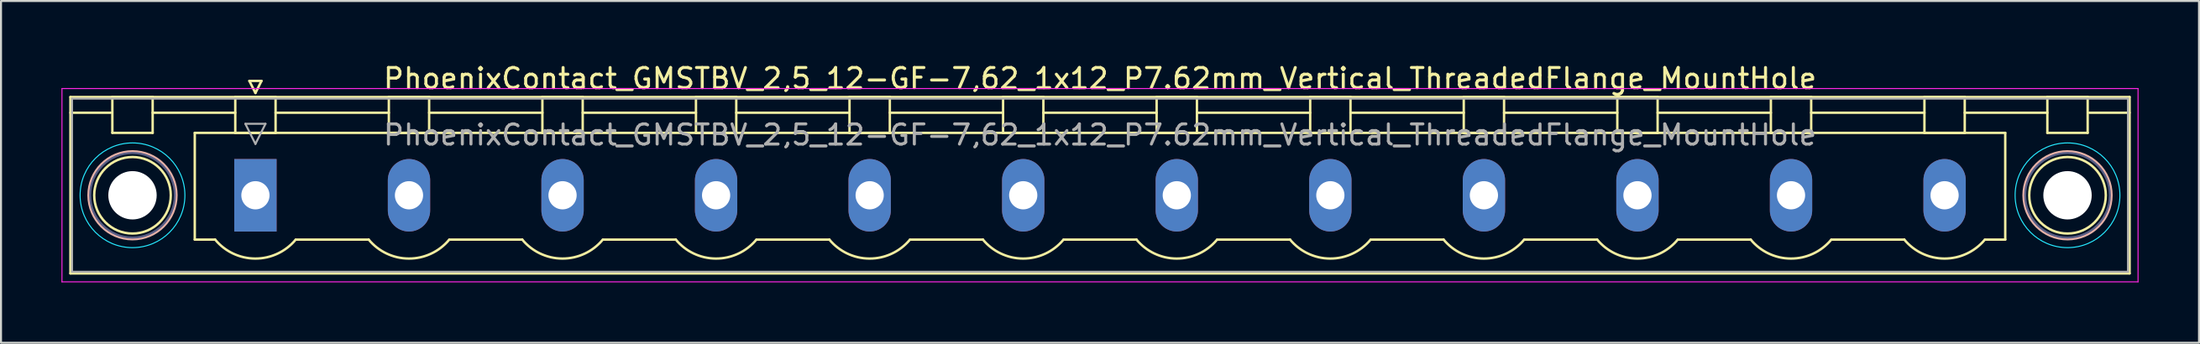
<source format=kicad_pcb>
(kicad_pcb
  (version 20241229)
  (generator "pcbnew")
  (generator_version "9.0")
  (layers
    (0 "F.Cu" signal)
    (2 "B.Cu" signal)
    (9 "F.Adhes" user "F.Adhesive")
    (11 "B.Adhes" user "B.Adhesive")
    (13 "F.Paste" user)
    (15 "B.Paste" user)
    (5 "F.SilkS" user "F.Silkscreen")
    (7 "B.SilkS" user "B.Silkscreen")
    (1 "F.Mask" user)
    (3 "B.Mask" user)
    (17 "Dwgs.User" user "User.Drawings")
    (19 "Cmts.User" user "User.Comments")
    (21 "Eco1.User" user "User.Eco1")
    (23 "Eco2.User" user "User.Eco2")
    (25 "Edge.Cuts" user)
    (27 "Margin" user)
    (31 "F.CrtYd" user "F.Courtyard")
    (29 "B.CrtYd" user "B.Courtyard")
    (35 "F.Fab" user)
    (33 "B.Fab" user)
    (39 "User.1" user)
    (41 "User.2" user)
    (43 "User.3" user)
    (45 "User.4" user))
  (footprint "PhoenixContact_GMSTBV_2,5_12-GF-7,62_1x12_P7.62mm_Vertical_ThreadedFlange_MountHole"
    (layer "F.Cu")
    (at 9.625 6.648)
    (property "Reference" "PhoenixContact_GMSTBV_2,5_12-GF-7,62_1x12_P7.62mm_Vertical_ThreadedFlange_MountHole" (at 41.91 -5.8 0) (layer "F.SilkS") (effects (font (size 1 1) (thickness 0.15))))
    (attr through_hole)
    (fp_line (start -9.18 -4.88) (end -9.18 3.88) (stroke (width 0.12) (type solid)) (layer "F.SilkS"))
    (fp_line (start -9.18 -4.1) (end -7.18 -4.1) (stroke (width 0.12) (type solid)) (layer "F.SilkS"))
    (fp_line (start -9.18 3.88) (end 93 3.88) (stroke (width 0.12) (type solid)) (layer "F.SilkS"))
    (fp_line (start -7.1 -4.88) (end -5.1 -4.88) (stroke (width 0.12) (type solid)) (layer "F.SilkS"))
    (fp_line (start -7.1 -3.1) (end -7.1 -4.88) (stroke (width 0.12) (type solid)) (layer "F.SilkS"))
    (fp_line (start -5.1 -4.88) (end -5.1 -3.1) (stroke (width 0.12) (type solid)) (layer "F.SilkS"))
    (fp_line (start -5.1 -4.1) (end -1 -4.1) (stroke (width 0.12) (type solid)) (layer "F.SilkS"))
    (fp_line (start -5.1 -3.1) (end -7.1 -3.1) (stroke (width 0.12) (type solid)) (layer "F.SilkS"))
    (fp_line (start -3.01 -3.1) (end 86.83 -3.1) (stroke (width 0.12) (type solid)) (layer "F.SilkS"))
    (fp_line (start -3.01 2.2) (end -3.01 -3.1) (stroke (width 0.12) (type solid)) (layer "F.SilkS"))
    (fp_line (start -2 2.2) (end -3.01 2.2) (stroke (width 0.12) (type solid)) (layer "F.SilkS"))
    (fp_line (start -1 -4.88) (end 1 -4.88) (stroke (width 0.12) (type solid)) (layer "F.SilkS"))
    (fp_line (start -1 -3.1) (end -1 -4.88) (stroke (width 0.12) (type solid)) (layer "F.SilkS"))
    (fp_line (start -0.3 -5.68) (end 0.3 -5.68) (stroke (width 0.12) (type solid)) (layer "F.SilkS"))
    (fp_line (start 0 -5.08) (end -0.3 -5.68) (stroke (width 0.12) (type solid)) (layer "F.SilkS"))
    (fp_line (start 0.3 -5.68) (end 0 -5.08) (stroke (width 0.12) (type solid)) (layer "F.SilkS"))
    (fp_line (start 1 -4.88) (end 1 -3.1) (stroke (width 0.12) (type solid)) (layer "F.SilkS"))
    (fp_line (start 1 -4.1) (end 6.62 -4.1) (stroke (width 0.12) (type solid)) (layer "F.SilkS"))
    (fp_line (start 1 -3.1) (end -1 -3.1) (stroke (width 0.12) (type solid)) (layer "F.SilkS"))
    (fp_line (start 2 2.2) (end 5.62 2.2) (stroke (width 0.12) (type solid)) (layer "F.SilkS"))
    (fp_line (start 6.62 -4.88) (end 8.62 -4.88) (stroke (width 0.12) (type solid)) (layer "F.SilkS"))
    (fp_line (start 6.62 -3.1) (end 6.62 -4.88) (stroke (width 0.12) (type solid)) (layer "F.SilkS"))
    (fp_line (start 8.62 -4.88) (end 8.62 -3.1) (stroke (width 0.12) (type solid)) (layer "F.SilkS"))
    (fp_line (start 8.62 -4.1) (end 14.24 -4.1) (stroke (width 0.12) (type solid)) (layer "F.SilkS"))
    (fp_line (start 8.62 -3.1) (end 6.62 -3.1) (stroke (width 0.12) (type solid)) (layer "F.SilkS"))
    (fp_line (start 9.62 2.2) (end 13.24 2.2) (stroke (width 0.12) (type solid)) (layer "F.SilkS"))
    (fp_line (start 14.24 -4.88) (end 16.24 -4.88) (stroke (width 0.12) (type solid)) (layer "F.SilkS"))
    (fp_line (start 14.24 -3.1) (end 14.24 -4.88) (stroke (width 0.12) (type solid)) (layer "F.SilkS"))
    (fp_line (start 16.24 -4.88) (end 16.24 -3.1) (stroke (width 0.12) (type solid)) (layer "F.SilkS"))
    (fp_line (start 16.24 -4.1) (end 21.86 -4.1) (stroke (width 0.12) (type solid)) (layer "F.SilkS"))
    (fp_line (start 16.24 -3.1) (end 14.24 -3.1) (stroke (width 0.12) (type solid)) (layer "F.SilkS"))
    (fp_line (start 17.24 2.2) (end 20.86 2.2) (stroke (width 0.12) (type solid)) (layer "F.SilkS"))
    (fp_line (start 21.86 -4.88) (end 23.86 -4.88) (stroke (width 0.12) (type solid)) (layer "F.SilkS"))
    (fp_line (start 21.86 -3.1) (end 21.86 -4.88) (stroke (width 0.12) (type solid)) (layer "F.SilkS"))
    (fp_line (start 23.86 -4.88) (end 23.86 -3.1) (stroke (width 0.12) (type solid)) (layer "F.SilkS"))
    (fp_line (start 23.86 -4.1) (end 29.48 -4.1) (stroke (width 0.12) (type solid)) (layer "F.SilkS"))
    (fp_line (start 23.86 -3.1) (end 21.86 -3.1) (stroke (width 0.12) (type solid)) (layer "F.SilkS"))
    (fp_line (start 24.86 2.2) (end 28.48 2.2) (stroke (width 0.12) (type solid)) (layer "F.SilkS"))
    (fp_line (start 29.48 -4.88) (end 31.48 -4.88) (stroke (width 0.12) (type solid)) (layer "F.SilkS"))
    (fp_line (start 29.48 -3.1) (end 29.48 -4.88) (stroke (width 0.12) (type solid)) (layer "F.SilkS"))
    (fp_line (start 31.48 -4.88) (end 31.48 -3.1) (stroke (width 0.12) (type solid)) (layer "F.SilkS"))
    (fp_line (start 31.48 -4.1) (end 37.1 -4.1) (stroke (width 0.12) (type solid)) (layer "F.SilkS"))
    (fp_line (start 31.48 -3.1) (end 29.48 -3.1) (stroke (width 0.12) (type solid)) (layer "F.SilkS"))
    (fp_line (start 32.48 2.2) (end 36.1 2.2) (stroke (width 0.12) (type solid)) (layer "F.SilkS"))
    (fp_line (start 37.1 -4.88) (end 39.1 -4.88) (stroke (width 0.12) (type solid)) (layer "F.SilkS"))
    (fp_line (start 37.1 -3.1) (end 37.1 -4.88) (stroke (width 0.12) (type solid)) (layer "F.SilkS"))
    (fp_line (start 39.1 -4.88) (end 39.1 -3.1) (stroke (width 0.12) (type solid)) (layer "F.SilkS"))
    (fp_line (start 39.1 -4.1) (end 44.72 -4.1) (stroke (width 0.12) (type solid)) (layer "F.SilkS"))
    (fp_line (start 39.1 -3.1) (end 37.1 -3.1) (stroke (width 0.12) (type solid)) (layer "F.SilkS"))
    (fp_line (start 40.1 2.2) (end 43.72 2.2) (stroke (width 0.12) (type solid)) (layer "F.SilkS"))
    (fp_line (start 44.72 -4.88) (end 46.72 -4.88) (stroke (width 0.12) (type solid)) (layer "F.SilkS"))
    (fp_line (start 44.72 -3.1) (end 44.72 -4.88) (stroke (width 0.12) (type solid)) (layer "F.SilkS"))
    (fp_line (start 46.72 -4.88) (end 46.72 -3.1) (stroke (width 0.12) (type solid)) (layer "F.SilkS"))
    (fp_line (start 46.72 -4.1) (end 52.34 -4.1) (stroke (width 0.12) (type solid)) (layer "F.SilkS"))
    (fp_line (start 46.72 -3.1) (end 44.72 -3.1) (stroke (width 0.12) (type solid)) (layer "F.SilkS"))
    (fp_line (start 47.72 2.2) (end 51.34 2.2) (stroke (width 0.12) (type solid)) (layer "F.SilkS"))
    (fp_line (start 52.34 -4.88) (end 54.34 -4.88) (stroke (width 0.12) (type solid)) (layer "F.SilkS"))
    (fp_line (start 52.34 -3.1) (end 52.34 -4.88) (stroke (width 0.12) (type solid)) (layer "F.SilkS"))
    (fp_line (start 54.34 -4.88) (end 54.34 -3.1) (stroke (width 0.12) (type solid)) (layer "F.SilkS"))
    (fp_line (start 54.34 -4.1) (end 59.96 -4.1) (stroke (width 0.12) (type solid)) (layer "F.SilkS"))
    (fp_line (start 54.34 -3.1) (end 52.34 -3.1) (stroke (width 0.12) (type solid)) (layer "F.SilkS"))
    (fp_line (start 55.34 2.2) (end 58.96 2.2) (stroke (width 0.12) (type solid)) (layer "F.SilkS"))
    (fp_line (start 59.96 -4.88) (end 61.96 -4.88) (stroke (width 0.12) (type solid)) (layer "F.SilkS"))
    (fp_line (start 59.96 -3.1) (end 59.96 -4.88) (stroke (width 0.12) (type solid)) (layer "F.SilkS"))
    (fp_line (start 61.96 -4.88) (end 61.96 -3.1) (stroke (width 0.12) (type solid)) (layer "F.SilkS"))
    (fp_line (start 61.96 -4.1) (end 67.58 -4.1) (stroke (width 0.12) (type solid)) (layer "F.SilkS"))
    (fp_line (start 61.96 -3.1) (end 59.96 -3.1) (stroke (width 0.12) (type solid)) (layer "F.SilkS"))
    (fp_line (start 62.96 2.2) (end 66.58 2.2) (stroke (width 0.12) (type solid)) (layer "F.SilkS"))
    (fp_line (start 67.58 -4.88) (end 69.58 -4.88) (stroke (width 0.12) (type solid)) (layer "F.SilkS"))
    (fp_line (start 67.58 -3.1) (end 67.58 -4.88) (stroke (width 0.12) (type solid)) (layer "F.SilkS"))
    (fp_line (start 69.58 -4.88) (end 69.58 -3.1) (stroke (width 0.12) (type solid)) (layer "F.SilkS"))
    (fp_line (start 69.58 -4.1) (end 75.2 -4.1) (stroke (width 0.12) (type solid)) (layer "F.SilkS"))
    (fp_line (start 69.58 -3.1) (end 67.58 -3.1) (stroke (width 0.12) (type solid)) (layer "F.SilkS"))
    (fp_line (start 70.58 2.2) (end 74.2 2.2) (stroke (width 0.12) (type solid)) (layer "F.SilkS"))
    (fp_line (start 75.2 -4.88) (end 77.2 -4.88) (stroke (width 0.12) (type solid)) (layer "F.SilkS"))
    (fp_line (start 75.2 -3.1) (end 75.2 -4.88) (stroke (width 0.12) (type solid)) (layer "F.SilkS"))
    (fp_line (start 77.2 -4.88) (end 77.2 -3.1) (stroke (width 0.12) (type solid)) (layer "F.SilkS"))
    (fp_line (start 77.2 -4.1) (end 82.82 -4.1) (stroke (width 0.12) (type solid)) (layer "F.SilkS"))
    (fp_line (start 77.2 -3.1) (end 75.2 -3.1) (stroke (width 0.12) (type solid)) (layer "F.SilkS"))
    (fp_line (start 78.2 2.2) (end 81.82 2.2) (stroke (width 0.12) (type solid)) (layer "F.SilkS"))
    (fp_line (start 82.82 -4.88) (end 84.82 -4.88) (stroke (width 0.12) (type solid)) (layer "F.SilkS"))
    (fp_line (start 82.82 -3.1) (end 82.82 -4.88) (stroke (width 0.12) (type solid)) (layer "F.SilkS"))
    (fp_line (start 84.82 -4.88) (end 84.82 -3.1) (stroke (width 0.12) (type solid)) (layer "F.SilkS"))
    (fp_line (start 84.82 -4.1) (end 88.92 -4.1) (stroke (width 0.12) (type solid)) (layer "F.SilkS"))
    (fp_line (start 84.82 -3.1) (end 82.82 -3.1) (stroke (width 0.12) (type solid)) (layer "F.SilkS"))
    (fp_line (start 86.83 -3.1) (end 86.83 2.2) (stroke (width 0.12) (type solid)) (layer "F.SilkS"))
    (fp_line (start 86.83 2.2) (end 85.82 2.2) (stroke (width 0.12) (type solid)) (layer "F.SilkS"))
    (fp_line (start 88.92 -4.88) (end 90.92 -4.88) (stroke (width 0.12) (type solid)) (layer "F.SilkS"))
    (fp_line (start 88.92 -3.1) (end 88.92 -4.88) (stroke (width 0.12) (type solid)) (layer "F.SilkS"))
    (fp_line (start 90.92 -4.88) (end 90.92 -3.1) (stroke (width 0.12) (type solid)) (layer "F.SilkS"))
    (fp_line (start 90.92 -3.1) (end 88.92 -3.1) (stroke (width 0.12) (type solid)) (layer "F.SilkS"))
    (fp_line (start 93 -4.88) (end -9.18 -4.88) (stroke (width 0.12) (type solid)) (layer "F.SilkS"))
    (fp_line (start 93 -4.1) (end 91 -4.1) (stroke (width 0.12) (type solid)) (layer "F.SilkS"))
    (fp_line (start 93 3.88) (end 93 -4.88) (stroke (width 0.12) (type solid)) (layer "F.SilkS"))
    (fp_arc (start 1.986842 2.215821) (mid -0.010289 3.142758) (end -2 2.2) (stroke (width 0.12) (type solid)) (layer "F.SilkS"))
    (fp_arc (start 9.606842 2.215821) (mid 7.609711 3.142758) (end 5.62 2.2) (stroke (width 0.12) (type solid)) (layer "F.SilkS"))
    (fp_arc (start 17.226842 2.215821) (mid 15.229711 3.142758) (end 13.24 2.2) (stroke (width 0.12) (type solid)) (layer "F.SilkS"))
    (fp_arc (start 24.846842 2.215821) (mid 22.849711 3.142758) (end 20.86 2.2) (stroke (width 0.12) (type solid)) (layer "F.SilkS"))
    (fp_arc (start 32.466842 2.215821) (mid 30.469711 3.142758) (end 28.48 2.2) (stroke (width 0.12) (type solid)) (layer "F.SilkS"))
    (fp_arc (start 40.086842 2.215821) (mid 38.089711 3.142758) (end 36.1 2.2) (stroke (width 0.12) (type solid)) (layer "F.SilkS"))
    (fp_arc (start 47.706842 2.215821) (mid 45.709711 3.142758) (end 43.72 2.2) (stroke (width 0.12) (type solid)) (layer "F.SilkS"))
    (fp_arc (start 55.326842 2.215821) (mid 53.329711 3.142758) (end 51.34 2.2) (stroke (width 0.12) (type solid)) (layer "F.SilkS"))
    (fp_arc (start 62.946842 2.215821) (mid 60.949711 3.142758) (end 58.96 2.2) (stroke (width 0.12) (type solid)) (layer "F.SilkS"))
    (fp_arc (start 70.566842 2.215821) (mid 68.569711 3.142758) (end 66.58 2.2) (stroke (width 0.12) (type solid)) (layer "F.SilkS"))
    (fp_arc (start 78.186842 2.215821) (mid 76.189711 3.142758) (end 74.2 2.2) (stroke (width 0.12) (type solid)) (layer "F.SilkS"))
    (fp_arc (start 85.806842 2.215821) (mid 83.809711 3.142758) (end 81.82 2.2) (stroke (width 0.12) (type solid)) (layer "F.SilkS"))
    (fp_circle (center -6.1 0) (end -4.2 0) (stroke (width 0.12) (type solid)) (fill no) (layer "F.SilkS"))
    (fp_circle (center 89.92 0) (end 91.82 0) (stroke (width 0.12) (type solid)) (fill no) (layer "F.SilkS"))
    (fp_circle (center -6.1 0) (end -3.92 0) (stroke (width 0.12) (type solid)) (fill no) (layer "B.SilkS"))
    (fp_circle (center 89.92 0) (end 92.1 0) (stroke (width 0.12) (type solid)) (fill no) (layer "B.SilkS"))
    (fp_circle (center -6.1 0) (end -3.5 0) (stroke (width 0.05) (type solid)) (fill no) (layer "B.CrtYd"))
    (fp_circle (center 89.92 0) (end 92.52 0) (stroke (width 0.05) (type solid)) (fill no) (layer "B.CrtYd"))
    (fp_line (start -9.6 -5.3) (end -9.6 4.3) (stroke (width 0.05) (type solid)) (layer "F.CrtYd"))
    (fp_line (start -9.6 4.3) (end 93.42 4.3) (stroke (width 0.05) (type solid)) (layer "F.CrtYd"))
    (fp_line (start 93.42 -5.3) (end -9.6 -5.3) (stroke (width 0.05) (type solid)) (layer "F.CrtYd"))
    (fp_line (start 93.42 4.3) (end 93.42 -5.3) (stroke (width 0.05) (type solid)) (layer "F.CrtYd"))
    (fp_circle (center -6.1 0) (end -4 0) (stroke (width 0.1) (type solid)) (fill no) (layer "B.Fab"))
    (fp_circle (center 89.92 0) (end 92.02 0) (stroke (width 0.1) (type solid)) (fill no) (layer "B.Fab"))
    (fp_line (start -9.1 -4.8) (end -9.1 3.8) (stroke (width 0.1) (type solid)) (layer "F.Fab"))
    (fp_line (start -9.1 3.8) (end 92.92 3.8) (stroke (width 0.1) (type solid)) (layer "F.Fab"))
    (fp_line (start -0.5 -3.55) (end 0.5 -3.55) (stroke (width 0.1) (type solid)) (layer "F.Fab"))
    (fp_line (start 0 -2.55) (end -0.5 -3.55) (stroke (width 0.1) (type solid)) (layer "F.Fab"))
    (fp_line (start 0.5 -3.55) (end 0 -2.55) (stroke (width 0.1) (type solid)) (layer "F.Fab"))
    (fp_line (start 92.92 -4.8) (end -9.1 -4.8) (stroke (width 0.1) (type solid)) (layer "F.Fab"))
    (fp_line (start 92.92 3.8) (end 92.92 -4.8) (stroke (width 0.1) (type solid)) (layer "F.Fab"))
    (fp_text user "${REFERENCE}" (at 41.91 -3 0) (layer "F.Fab") (effects (font (size 1 1) (thickness 0.15))))
    (pad "" np_thru_hole circle (at -6.1 0) (size 2.4 2.4) (drill 2.4) (layers "*.Cu" "*.Mask"))
    (pad "" np_thru_hole circle (at 89.92 0) (size 2.4 2.4) (drill 2.4) (layers "*.Cu" "*.Mask"))
    (pad "1" thru_hole rect (at 0 0) (size 2.1 3.6) (drill 1.4) (layers "*.Cu" "*.Mask"))
    (pad "2" thru_hole oval (at 7.62 0) (size 2.1 3.6) (drill 1.4) (layers "*.Cu" "*.Mask"))
    (pad "3" thru_hole oval (at 15.24 0) (size 2.1 3.6) (drill 1.4) (layers "*.Cu" "*.Mask"))
    (pad "4" thru_hole oval (at 22.86 0) (size 2.1 3.6) (drill 1.4) (layers "*.Cu" "*.Mask"))
    (pad "5" thru_hole oval (at 30.48 0) (size 2.1 3.6) (drill 1.4) (layers "*.Cu" "*.Mask"))
    (pad "6" thru_hole oval (at 38.1 0) (size 2.1 3.6) (drill 1.4) (layers "*.Cu" "*.Mask"))
    (pad "7" thru_hole oval (at 45.72 0) (size 2.1 3.6) (drill 1.4) (layers "*.Cu" "*.Mask"))
    (pad "8" thru_hole oval (at 53.34 0) (size 2.1 3.6) (drill 1.4) (layers "*.Cu" "*.Mask"))
    (pad "9" thru_hole oval (at 60.96 0) (size 2.1 3.6) (drill 1.4) (layers "*.Cu" "*.Mask"))
    (pad "10" thru_hole oval (at 68.58 0) (size 2.1 3.6) (drill 1.4) (layers "*.Cu" "*.Mask"))
    (pad "11" thru_hole oval (at 76.2 0) (size 2.1 3.6) (drill 1.4) (layers "*.Cu" "*.Mask"))
    (pad "12" thru_hole oval (at 83.82 0) (size 2.1 3.6) (drill 1.4) (layers "*.Cu" "*.Mask")))
  (gr_rect
    (start -3 -3)
    (end 106.07 13.973)
    (stroke (width 0.1) (type default))
    (fill no)
    (layer "Edge.Cuts")))
</source>
